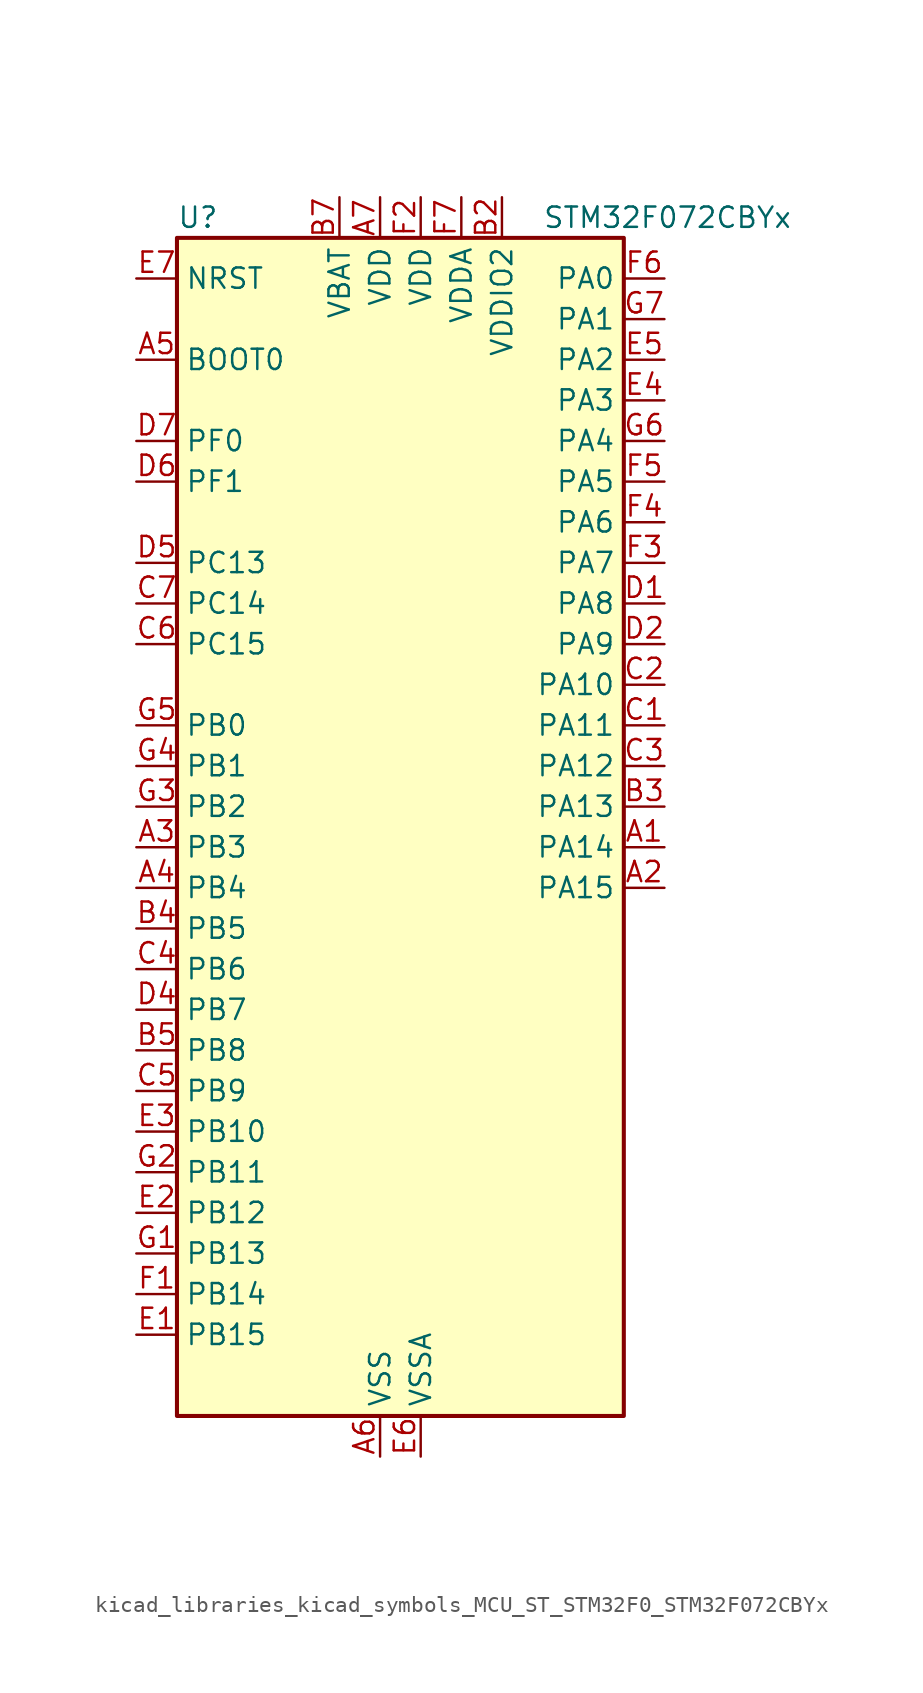
<source format=kicad_sym>
(kicad_symbol_lib
  (version 20220914)
  (generator kicad_symbol_editor)
  (symbol "kicad_libraries_kicad_symbols_MCU_ST_STM32F0_STM32F072CBYx"
    (property "Reference" "U"
      (at -12.7 39.37 0)
      (effects (font (size 1.27 1.27)) (justify left)))
    (property "Value" "STM32F072CBYx"
      (at 10.16 39.37 0)
      (effects (font (size 1.27 1.27)) (justify left)))
    (property "ki_locked" ""
      (at 0 0 0)
      (effects (font (size 1.27 1.27))))
    (symbol "kicad_libraries_kicad_symbols_MCU_ST_STM32F0_STM32F072CBYx_0_1"
      (rectangle (start -12.7 -35.56) (end 15.24 38.1) (stroke (width 0.254) (type default)) (fill (type background))))
    (symbol "kicad_libraries_kicad_symbols_MCU_ST_STM32F0_STM32F072CBYx_1_1"
      (pin bidirectional line (at 17.78 0 180) (length 2.54) (name "PA14" (effects (font (size 1.27 1.27)))) (number "A1" (effects (font (size 1.27 1.27)))) (alternate "SYS_SWCLK" bidirectional line) (alternate "USART2_TX" bidirectional line))
      (pin bidirectional line (at 17.78 -2.54 180) (length 2.54) (name "PA15" (effects (font (size 1.27 1.27)))) (number "A2" (effects (font (size 1.27 1.27)))) (alternate "I2S1_WS" bidirectional line) (alternate "SPI1_NSS" bidirectional line) (alternate "TIM2_CH1" bidirectional line) (alternate "TIM2_ETR" bidirectional line) (alternate "USART2_RX" bidirectional line) (alternate "USART4_DE" bidirectional line) (alternate "USART4_RTS" bidirectional line))
      (pin bidirectional line (at -15.24 0 0) (length 2.54) (name "PB3" (effects (font (size 1.27 1.27)))) (number "A3" (effects (font (size 1.27 1.27)))) (alternate "I2S1_CK" bidirectional line) (alternate "SPI1_SCK" bidirectional line) (alternate "TIM2_CH2" bidirectional line) (alternate "TSC_G5_IO1" bidirectional line))
      (pin bidirectional line (at -15.24 -2.54 0) (length 2.54) (name "PB4" (effects (font (size 1.27 1.27)))) (number "A4" (effects (font (size 1.27 1.27)))) (alternate "I2S1_MCK" bidirectional line) (alternate "SPI1_MISO" bidirectional line) (alternate "TIM17_BKIN" bidirectional line) (alternate "TIM3_CH1" bidirectional line) (alternate "TSC_G5_IO2" bidirectional line))
      (pin input line (at -15.24 30.48 0) (length 2.54) (name "BOOT0" (effects (font (size 1.27 1.27)))) (number "A5" (effects (font (size 1.27 1.27)))))
      (pin power_in line (at 0 -38.1 90) (length 2.54) (name "VSS" (effects (font (size 1.27 1.27)))) (number "A6" (effects (font (size 1.27 1.27)))))
      (pin power_in line (at 0 40.64 270) (length 2.54) (name "VDD" (effects (font (size 1.27 1.27)))) (number "A7" (effects (font (size 1.27 1.27)))))
      (pin passive line (at 0 -38.1 90) (length 2.54) hide (name "VSS" (effects (font (size 1.27 1.27)))) (number "B1" (effects (font (size 1.27 1.27)))))
      (pin power_in line (at 7.62 40.64 270) (length 2.54) (name "VDDIO2" (effects (font (size 1.27 1.27)))) (number "B2" (effects (font (size 1.27 1.27)))))
      (pin bidirectional line (at 17.78 2.54 180) (length 2.54) (name "PA13" (effects (font (size 1.27 1.27)))) (number "B3" (effects (font (size 1.27 1.27)))) (alternate "IR_OUT" bidirectional line) (alternate "SYS_SWDIO" bidirectional line) (alternate "USB_NOE" bidirectional line))
      (pin bidirectional line (at -15.24 -5.08 0) (length 2.54) (name "PB5" (effects (font (size 1.27 1.27)))) (number "B4" (effects (font (size 1.27 1.27)))) (alternate "I2C1_SMBA" bidirectional line) (alternate "I2S1_SD" bidirectional line) (alternate "SPI1_MOSI" bidirectional line) (alternate "SYS_WKUP6" bidirectional line) (alternate "TIM16_BKIN" bidirectional line) (alternate "TIM3_CH2" bidirectional line))
      (pin bidirectional line (at -15.24 -12.7 0) (length 2.54) (name "PB8" (effects (font (size 1.27 1.27)))) (number "B5" (effects (font (size 1.27 1.27)))) (alternate "CAN_RX" bidirectional line) (alternate "CEC" bidirectional line) (alternate "I2C1_SCL" bidirectional line) (alternate "TIM16_CH1" bidirectional line) (alternate "TSC_SYNC" bidirectional line))
      (pin no_connect line (at -12.7 -35.56 0) (length 2.54) hide (name "NC" (effects (font (size 1.27 1.27)))) (number "B6" (effects (font (size 1.27 1.27)))))
      (pin power_in line (at -2.54 40.64 270) (length 2.54) (name "VBAT" (effects (font (size 1.27 1.27)))) (number "B7" (effects (font (size 1.27 1.27)))))
      (pin bidirectional line (at 17.78 7.62 180) (length 2.54) (name "PA11" (effects (font (size 1.27 1.27)))) (number "C1" (effects (font (size 1.27 1.27)))) (alternate "CAN_RX" bidirectional line) (alternate "COMP1_OUT" bidirectional line) (alternate "TIM1_CH4" bidirectional line) (alternate "TSC_G4_IO3" bidirectional line) (alternate "USART1_CTS" bidirectional line) (alternate "USB_DM" bidirectional line))
      (pin bidirectional line (at 17.78 10.16 180) (length 2.54) (name "PA10" (effects (font (size 1.27 1.27)))) (number "C2" (effects (font (size 1.27 1.27)))) (alternate "TIM17_BKIN" bidirectional line) (alternate "TIM1_CH3" bidirectional line) (alternate "TSC_G4_IO2" bidirectional line) (alternate "USART1_RX" bidirectional line))
      (pin bidirectional line (at 17.78 5.08 180) (length 2.54) (name "PA12" (effects (font (size 1.27 1.27)))) (number "C3" (effects (font (size 1.27 1.27)))) (alternate "CAN_TX" bidirectional line) (alternate "COMP2_OUT" bidirectional line) (alternate "TIM1_ETR" bidirectional line) (alternate "TSC_G4_IO4" bidirectional line) (alternate "USART1_DE" bidirectional line) (alternate "USART1_RTS" bidirectional line) (alternate "USB_DP" bidirectional line))
      (pin bidirectional line (at -15.24 -7.62 0) (length 2.54) (name "PB6" (effects (font (size 1.27 1.27)))) (number "C4" (effects (font (size 1.27 1.27)))) (alternate "I2C1_SCL" bidirectional line) (alternate "TIM16_CH1N" bidirectional line) (alternate "TSC_G5_IO3" bidirectional line) (alternate "USART1_TX" bidirectional line))
      (pin bidirectional line (at -15.24 -15.24 0) (length 2.54) (name "PB9" (effects (font (size 1.27 1.27)))) (number "C5" (effects (font (size 1.27 1.27)))) (alternate "CAN_TX" bidirectional line) (alternate "DAC_EXTI9" bidirectional line) (alternate "I2C1_SDA" bidirectional line) (alternate "I2S2_WS" bidirectional line) (alternate "IR_OUT" bidirectional line) (alternate "SPI2_NSS" bidirectional line) (alternate "TIM17_CH1" bidirectional line))
      (pin bidirectional line (at -15.24 12.7 0) (length 2.54) (name "PC15" (effects (font (size 1.27 1.27)))) (number "C6" (effects (font (size 1.27 1.27)))) (alternate "RCC_OSC32_OUT" bidirectional line))
      (pin bidirectional line (at -15.24 15.24 0) (length 2.54) (name "PC14" (effects (font (size 1.27 1.27)))) (number "C7" (effects (font (size 1.27 1.27)))) (alternate "RCC_OSC32_IN" bidirectional line))
      (pin bidirectional line (at 17.78 15.24 180) (length 2.54) (name "PA8" (effects (font (size 1.27 1.27)))) (number "D1" (effects (font (size 1.27 1.27)))) (alternate "CRS_SYNC" bidirectional line) (alternate "RCC_MCO" bidirectional line) (alternate "TIM1_CH1" bidirectional line) (alternate "USART1_CK" bidirectional line))
      (pin bidirectional line (at 17.78 12.7 180) (length 2.54) (name "PA9" (effects (font (size 1.27 1.27)))) (number "D2" (effects (font (size 1.27 1.27)))) (alternate "DAC_EXTI9" bidirectional line) (alternate "TIM15_BKIN" bidirectional line) (alternate "TIM1_CH2" bidirectional line) (alternate "TSC_G4_IO1" bidirectional line) (alternate "USART1_TX" bidirectional line))
      (pin passive line (at 0 -38.1 90) (length 2.54) hide (name "VSS" (effects (font (size 1.27 1.27)))) (number "D3" (effects (font (size 1.27 1.27)))))
      (pin bidirectional line (at -15.24 -10.16 0) (length 2.54) (name "PB7" (effects (font (size 1.27 1.27)))) (number "D4" (effects (font (size 1.27 1.27)))) (alternate "I2C1_SDA" bidirectional line) (alternate "TIM17_CH1N" bidirectional line) (alternate "TSC_G5_IO4" bidirectional line) (alternate "USART1_RX" bidirectional line) (alternate "USART4_CTS" bidirectional line))
      (pin bidirectional line (at -15.24 17.78 0) (length 2.54) (name "PC13" (effects (font (size 1.27 1.27)))) (number "D5" (effects (font (size 1.27 1.27)))) (alternate "RTC_OUT_ALARM" bidirectional line) (alternate "RTC_OUT_CALIB" bidirectional line) (alternate "RTC_TAMP1" bidirectional line) (alternate "RTC_TS" bidirectional line) (alternate "SYS_WKUP2" bidirectional line))
      (pin bidirectional line (at -15.24 22.86 0) (length 2.54) (name "PF1" (effects (font (size 1.27 1.27)))) (number "D6" (effects (font (size 1.27 1.27)))) (alternate "RCC_OSC_OUT" bidirectional line))
      (pin bidirectional line (at -15.24 25.4 0) (length 2.54) (name "PF0" (effects (font (size 1.27 1.27)))) (number "D7" (effects (font (size 1.27 1.27)))) (alternate "CRS_SYNC" bidirectional line) (alternate "RCC_OSC_IN" bidirectional line))
      (pin bidirectional line (at -15.24 -30.48 0) (length 2.54) (name "PB15" (effects (font (size 1.27 1.27)))) (number "E1" (effects (font (size 1.27 1.27)))) (alternate "I2S2_SD" bidirectional line) (alternate "RTC_REFIN" bidirectional line) (alternate "SPI2_MOSI" bidirectional line) (alternate "SYS_WKUP7" bidirectional line) (alternate "TIM15_CH1N" bidirectional line) (alternate "TIM15_CH2" bidirectional line) (alternate "TIM1_CH3N" bidirectional line))
      (pin bidirectional line (at -15.24 -22.86 0) (length 2.54) (name "PB12" (effects (font (size 1.27 1.27)))) (number "E2" (effects (font (size 1.27 1.27)))) (alternate "I2S2_WS" bidirectional line) (alternate "SPI2_NSS" bidirectional line) (alternate "TIM15_BKIN" bidirectional line) (alternate "TIM1_BKIN" bidirectional line) (alternate "TSC_G6_IO2" bidirectional line) (alternate "USART3_CK" bidirectional line))
      (pin bidirectional line (at -15.24 -17.78 0) (length 2.54) (name "PB10" (effects (font (size 1.27 1.27)))) (number "E3" (effects (font (size 1.27 1.27)))) (alternate "CEC" bidirectional line) (alternate "I2C2_SCL" bidirectional line) (alternate "I2S2_CK" bidirectional line) (alternate "SPI2_SCK" bidirectional line) (alternate "TIM2_CH3" bidirectional line) (alternate "TSC_SYNC" bidirectional line) (alternate "USART3_TX" bidirectional line))
      (pin bidirectional line (at 17.78 27.94 180) (length 2.54) (name "PA3" (effects (font (size 1.27 1.27)))) (number "E4" (effects (font (size 1.27 1.27)))) (alternate "ADC_IN3" bidirectional line) (alternate "COMP2_INP" bidirectional line) (alternate "TIM15_CH2" bidirectional line) (alternate "TIM2_CH4" bidirectional line) (alternate "TSC_G1_IO4" bidirectional line) (alternate "USART2_RX" bidirectional line))
      (pin bidirectional line (at 17.78 30.48 180) (length 2.54) (name "PA2" (effects (font (size 1.27 1.27)))) (number "E5" (effects (font (size 1.27 1.27)))) (alternate "ADC_IN2" bidirectional line) (alternate "COMP2_INM" bidirectional line) (alternate "COMP2_OUT" bidirectional line) (alternate "SYS_WKUP4" bidirectional line) (alternate "TIM15_CH1" bidirectional line) (alternate "TIM2_CH3" bidirectional line) (alternate "TSC_G1_IO3" bidirectional line) (alternate "USART2_TX" bidirectional line))
      (pin power_in line (at 2.54 -38.1 90) (length 2.54) (name "VSSA" (effects (font (size 1.27 1.27)))) (number "E6" (effects (font (size 1.27 1.27)))))
      (pin input line (at -15.24 35.56 0) (length 2.54) (name "NRST" (effects (font (size 1.27 1.27)))) (number "E7" (effects (font (size 1.27 1.27)))))
      (pin bidirectional line (at -15.24 -27.94 0) (length 2.54) (name "PB14" (effects (font (size 1.27 1.27)))) (number "F1" (effects (font (size 1.27 1.27)))) (alternate "I2C2_SDA" bidirectional line) (alternate "I2S2_MCK" bidirectional line) (alternate "SPI2_MISO" bidirectional line) (alternate "TIM15_CH1" bidirectional line) (alternate "TIM1_CH2N" bidirectional line) (alternate "TSC_G6_IO4" bidirectional line) (alternate "USART3_DE" bidirectional line) (alternate "USART3_RTS" bidirectional line))
      (pin power_in line (at 2.54 40.64 270) (length 2.54) (name "VDD" (effects (font (size 1.27 1.27)))) (number "F2" (effects (font (size 1.27 1.27)))))
      (pin bidirectional line (at 17.78 17.78 180) (length 2.54) (name "PA7" (effects (font (size 1.27 1.27)))) (number "F3" (effects (font (size 1.27 1.27)))) (alternate "ADC_IN7" bidirectional line) (alternate "COMP2_OUT" bidirectional line) (alternate "I2S1_SD" bidirectional line) (alternate "SPI1_MOSI" bidirectional line) (alternate "TIM14_CH1" bidirectional line) (alternate "TIM17_CH1" bidirectional line) (alternate "TIM1_CH1N" bidirectional line) (alternate "TIM3_CH2" bidirectional line) (alternate "TSC_G2_IO4" bidirectional line))
      (pin bidirectional line (at 17.78 20.32 180) (length 2.54) (name "PA6" (effects (font (size 1.27 1.27)))) (number "F4" (effects (font (size 1.27 1.27)))) (alternate "ADC_IN6" bidirectional line) (alternate "COMP1_OUT" bidirectional line) (alternate "I2S1_MCK" bidirectional line) (alternate "SPI1_MISO" bidirectional line) (alternate "TIM16_CH1" bidirectional line) (alternate "TIM1_BKIN" bidirectional line) (alternate "TIM3_CH1" bidirectional line) (alternate "TSC_G2_IO3" bidirectional line) (alternate "USART3_CTS" bidirectional line))
      (pin bidirectional line (at 17.78 22.86 180) (length 2.54) (name "PA5" (effects (font (size 1.27 1.27)))) (number "F5" (effects (font (size 1.27 1.27)))) (alternate "ADC_IN5" bidirectional line) (alternate "CEC" bidirectional line) (alternate "COMP1_INM" bidirectional line) (alternate "COMP2_INM" bidirectional line) (alternate "DAC_OUT2" bidirectional line) (alternate "I2S1_CK" bidirectional line) (alternate "SPI1_SCK" bidirectional line) (alternate "TIM2_CH1" bidirectional line) (alternate "TIM2_ETR" bidirectional line) (alternate "TSC_G2_IO2" bidirectional line))
      (pin bidirectional line (at 17.78 35.56 180) (length 2.54) (name "PA0" (effects (font (size 1.27 1.27)))) (number "F6" (effects (font (size 1.27 1.27)))) (alternate "ADC_IN0" bidirectional line) (alternate "COMP1_INM" bidirectional line) (alternate "COMP1_OUT" bidirectional line) (alternate "RTC_TAMP2" bidirectional line) (alternate "SYS_WKUP1" bidirectional line) (alternate "TIM2_CH1" bidirectional line) (alternate "TIM2_ETR" bidirectional line) (alternate "TSC_G1_IO1" bidirectional line) (alternate "USART2_CTS" bidirectional line) (alternate "USART4_TX" bidirectional line))
      (pin power_in line (at 5.08 40.64 270) (length 2.54) (name "VDDA" (effects (font (size 1.27 1.27)))) (number "F7" (effects (font (size 1.27 1.27)))))
      (pin bidirectional line (at -15.24 -25.4 0) (length 2.54) (name "PB13" (effects (font (size 1.27 1.27)))) (number "G1" (effects (font (size 1.27 1.27)))) (alternate "I2C2_SCL" bidirectional line) (alternate "I2S2_CK" bidirectional line) (alternate "SPI2_SCK" bidirectional line) (alternate "TIM1_CH1N" bidirectional line) (alternate "TSC_G6_IO3" bidirectional line) (alternate "USART3_CTS" bidirectional line))
      (pin bidirectional line (at -15.24 -20.32 0) (length 2.54) (name "PB11" (effects (font (size 1.27 1.27)))) (number "G2" (effects (font (size 1.27 1.27)))) (alternate "I2C2_SDA" bidirectional line) (alternate "TIM2_CH4" bidirectional line) (alternate "TSC_G6_IO1" bidirectional line) (alternate "USART3_RX" bidirectional line))
      (pin bidirectional line (at -15.24 2.54 0) (length 2.54) (name "PB2" (effects (font (size 1.27 1.27)))) (number "G3" (effects (font (size 1.27 1.27)))) (alternate "TSC_G3_IO4" bidirectional line))
      (pin bidirectional line (at -15.24 5.08 0) (length 2.54) (name "PB1" (effects (font (size 1.27 1.27)))) (number "G4" (effects (font (size 1.27 1.27)))) (alternate "ADC_IN9" bidirectional line) (alternate "TIM14_CH1" bidirectional line) (alternate "TIM1_CH3N" bidirectional line) (alternate "TIM3_CH4" bidirectional line) (alternate "TSC_G3_IO3" bidirectional line) (alternate "USART3_DE" bidirectional line) (alternate "USART3_RTS" bidirectional line))
      (pin bidirectional line (at -15.24 7.62 0) (length 2.54) (name "PB0" (effects (font (size 1.27 1.27)))) (number "G5" (effects (font (size 1.27 1.27)))) (alternate "ADC_IN8" bidirectional line) (alternate "TIM1_CH2N" bidirectional line) (alternate "TIM3_CH3" bidirectional line) (alternate "TSC_G3_IO2" bidirectional line) (alternate "USART3_CK" bidirectional line))
      (pin bidirectional line (at 17.78 25.4 180) (length 2.54) (name "PA4" (effects (font (size 1.27 1.27)))) (number "G6" (effects (font (size 1.27 1.27)))) (alternate "ADC_IN4" bidirectional line) (alternate "COMP1_INM" bidirectional line) (alternate "COMP2_INM" bidirectional line) (alternate "DAC_OUT1" bidirectional line) (alternate "I2S1_WS" bidirectional line) (alternate "SPI1_NSS" bidirectional line) (alternate "TIM14_CH1" bidirectional line) (alternate "TSC_G2_IO1" bidirectional line) (alternate "USART2_CK" bidirectional line))
      (pin bidirectional line (at 17.78 33.02 180) (length 2.54) (name "PA1" (effects (font (size 1.27 1.27)))) (number "G7" (effects (font (size 1.27 1.27)))) (alternate "ADC_IN1" bidirectional line) (alternate "COMP1_INP" bidirectional line) (alternate "TIM15_CH1N" bidirectional line) (alternate "TIM2_CH2" bidirectional line) (alternate "TSC_G1_IO2" bidirectional line) (alternate "USART2_DE" bidirectional line) (alternate "USART2_RTS" bidirectional line) (alternate "USART4_RX" bidirectional line)))))
</source>
